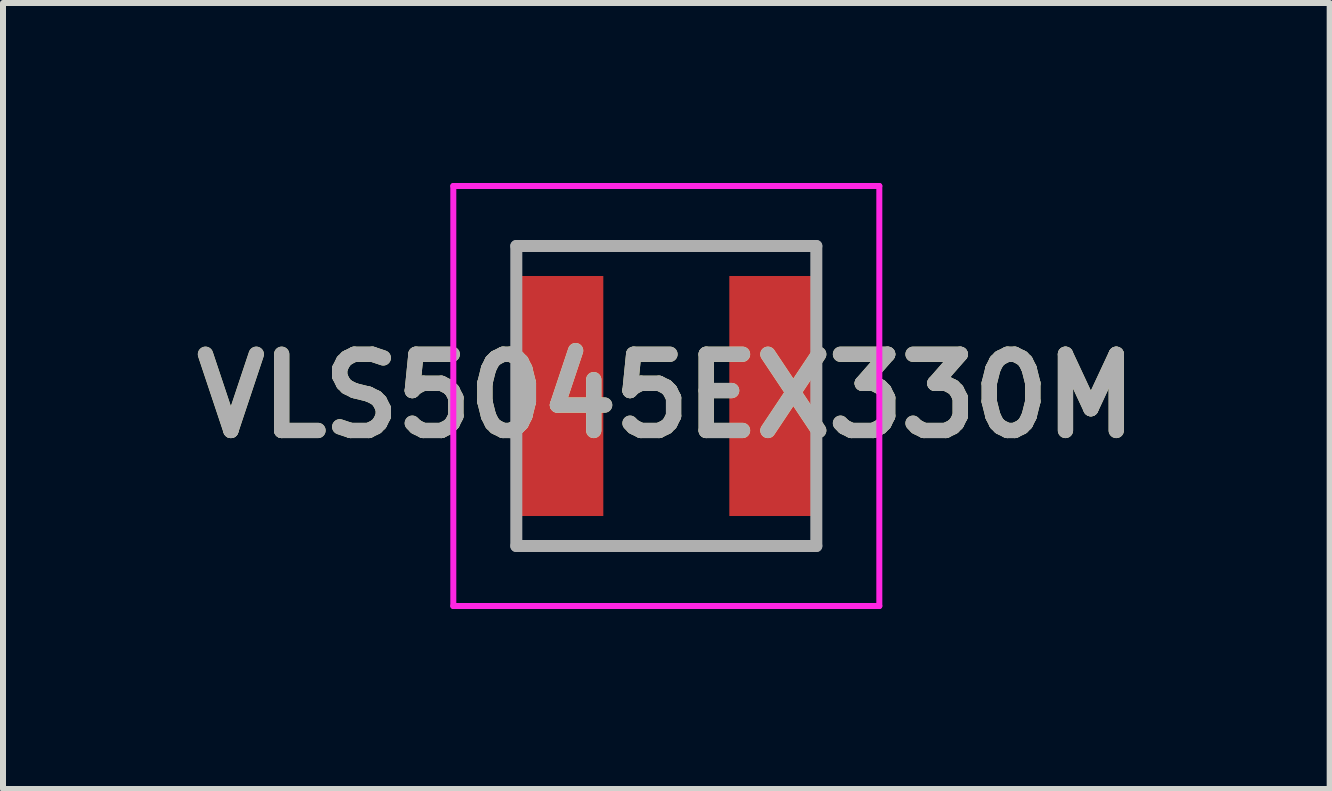
<source format=kicad_pcb>
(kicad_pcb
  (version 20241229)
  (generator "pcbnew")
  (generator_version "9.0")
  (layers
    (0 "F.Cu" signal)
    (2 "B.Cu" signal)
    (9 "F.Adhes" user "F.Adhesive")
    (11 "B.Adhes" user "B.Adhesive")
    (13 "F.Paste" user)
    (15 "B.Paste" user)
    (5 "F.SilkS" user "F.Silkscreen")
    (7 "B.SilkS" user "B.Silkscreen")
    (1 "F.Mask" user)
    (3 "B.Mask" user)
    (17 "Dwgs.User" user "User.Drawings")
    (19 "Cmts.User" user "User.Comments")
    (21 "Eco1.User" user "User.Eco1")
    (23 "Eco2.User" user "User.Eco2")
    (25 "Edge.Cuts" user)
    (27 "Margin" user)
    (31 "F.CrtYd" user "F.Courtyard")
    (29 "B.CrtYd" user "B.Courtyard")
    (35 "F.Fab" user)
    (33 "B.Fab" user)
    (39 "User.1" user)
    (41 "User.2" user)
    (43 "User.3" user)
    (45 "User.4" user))
  (footprint "VLS5045EX330M"
    (layer "F.Cu")
    (at 8.055 3.55)
    (property "Reference" "VLS5045EX330M" (at 0 0 0) (layer "F.SilkS") (effects (font (size 1.27 1.27) (thickness 0.254))))
    (attr smd)
    (fp_line (start -2.5 -2.5) (end 2.5 -2.5) (stroke (width 0.1) (type solid)) (layer "F.SilkS"))
    (fp_line (start -2.5 2.5) (end 2.54 2.5) (stroke (width 0.1) (type solid)) (layer "F.SilkS"))
    (fp_line (start -3.55 -3.5) (end 3.55 -3.5) (stroke (width 0.1) (type solid)) (layer "F.CrtYd"))
    (fp_line (start -3.55 3.5) (end -3.55 -3.5) (stroke (width 0.1) (type solid)) (layer "F.CrtYd"))
    (fp_line (start 3.55 -3.5) (end 3.55 3.5) (stroke (width 0.1) (type solid)) (layer "F.CrtYd"))
    (fp_line (start 3.55 3.5) (end -3.55 3.5) (stroke (width 0.1) (type solid)) (layer "F.CrtYd"))
    (fp_line (start -2.5 -2.5) (end 2.5 -2.5) (stroke (width 0.2) (type solid)) (layer "F.Fab"))
    (fp_line (start -2.5 2.5) (end -2.5 -2.5) (stroke (width 0.2) (type solid)) (layer "F.Fab"))
    (fp_line (start 2.5 -2.5) (end 2.5 2.5) (stroke (width 0.2) (type solid)) (layer "F.Fab"))
    (fp_line (start 2.5 2.5) (end -2.5 2.5) (stroke (width 0.2) (type solid)) (layer "F.Fab"))
    (fp_text user "${REFERENCE}" (at 0 0 0) (layer "F.Fab") (effects (font (size 1.27 1.27) (thickness 0.254))))
    (pad "1" smd rect (at -1.8 0) (size 1.5 4) (layers "F.Cu" "F.Mask" "F.Paste"))
    (pad "2" smd rect (at 1.8 0) (size 1.5 4) (layers "F.Cu" "F.Mask" "F.Paste")))
  (gr_rect
    (start -3 -3)
    (end 19.111 10.1)
    (stroke (width 0.1) (type default))
    (fill no)
    (layer "Edge.Cuts")))
</source>
